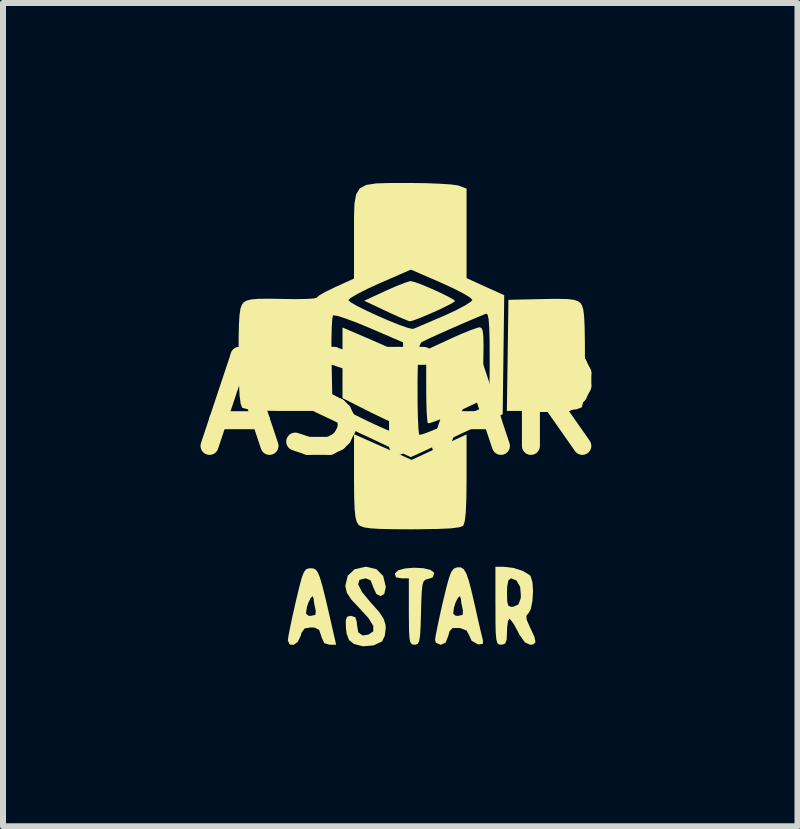
<source format=kicad_pcb>
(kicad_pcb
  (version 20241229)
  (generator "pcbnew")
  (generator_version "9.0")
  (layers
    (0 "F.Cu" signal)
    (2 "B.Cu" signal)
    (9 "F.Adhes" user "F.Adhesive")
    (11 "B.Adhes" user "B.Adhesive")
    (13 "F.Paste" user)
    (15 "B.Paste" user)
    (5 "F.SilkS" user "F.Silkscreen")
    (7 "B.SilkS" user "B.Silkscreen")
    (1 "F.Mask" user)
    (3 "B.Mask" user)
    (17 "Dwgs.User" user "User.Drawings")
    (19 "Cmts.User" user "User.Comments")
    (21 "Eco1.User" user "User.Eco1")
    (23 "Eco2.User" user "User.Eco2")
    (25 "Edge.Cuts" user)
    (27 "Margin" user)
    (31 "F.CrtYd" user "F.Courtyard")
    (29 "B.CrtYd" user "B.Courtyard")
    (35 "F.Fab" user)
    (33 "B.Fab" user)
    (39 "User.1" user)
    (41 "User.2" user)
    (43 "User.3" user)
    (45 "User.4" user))
  (footprint "ASTAR"
    (layer "F.Cu")
    (at 3.621 3.704)
    (property "Reference" "ASTAR" (at 0 0 0) (layer "F.SilkS") (effects (font (size 1.5 1.5) (thickness 0.3))))
    (attr board_only exclude_from_pos_files exclude_from_bom)
    (fp_poly (pts (xy -0.572 -1.128) (xy -0.392 -1.05) (xy -0.245 -0.985) (xy -0.154 -0.943) (xy -0.139 -0.935) (xy -0.123 -0.881) (xy -0.111 -0.755) (xy -0.102 -0.581) (xy -0.098 -0.378) (xy -0.097 -0.171) (xy -0.101 0.021) (xy -0.109 0.174) (xy -0.122 0.268) (xy -0.132 0.286) (xy -0.189 0.264) (xy -0.309 0.208) (xy -0.473 0.129) (xy -0.565 0.083) (xy -0.962 -0.118) (xy -0.962 -0.706) (xy -0.962 -1.295)) (stroke (width 0) (type solid)) (fill yes) (layer "F.SilkS"))
    (fp_poly (pts (xy 1.355 -1.286) (xy 1.375 -1.238) (xy 1.386 -1.14) (xy 1.389 -0.977) (xy 1.385 -0.734) (xy 1.384 -0.692) (xy 1.371 -0.086) (xy 0.929 0.121) (xy 0.742 0.205) (xy 0.588 0.266) (xy 0.488 0.299) (xy 0.46 0.3) (xy 0.45 0.244) (xy 0.441 0.111) (xy 0.435 -0.079) (xy 0.433 -0.307) (xy 0.433 -0.324) (xy 0.433 -0.92) (xy 0.843 -1.11) (xy 1.03 -1.193) (xy 1.189 -1.257) (xy 1.298 -1.294) (xy 1.325 -1.299)) (stroke (width 0) (type solid)) (fill yes) (layer "F.SilkS"))
    (fp_poly (pts (xy 0.249 -2.05) (xy 0.376 -2.003) (xy 0.529 -1.938) (xy 0.685 -1.867) (xy 0.816 -1.801) (xy 0.899 -1.752) (xy 0.914 -1.735) (xy 0.873 -1.705) (xy 0.769 -1.65) (xy 0.624 -1.581) (xy 0.466 -1.511) (xy 0.318 -1.45) (xy 0.206 -1.409) (xy 0.158 -1.398) (xy 0.1 -1.419) (xy -0.022 -1.471) (xy -0.185 -1.545) (xy -0.241 -1.571) (xy -0.601 -1.741) (xy -0.246 -1.905) (xy -0.072 -1.982) (xy 0.073 -2.039) (xy 0.163 -2.067) (xy 0.174 -2.069)) (stroke (width 0) (type solid)) (fill yes) (layer "F.SilkS"))
    (fp_poly (pts (xy 2.788 -1.769) (xy 2.901 -1.755) (xy 2.97 -1.73) (xy 3.002 -1.706) (xy 3.031 -1.663) (xy 3.052 -1.591) (xy 3.066 -1.477) (xy 3.074 -1.305) (xy 3.078 -1.063) (xy 3.079 -0.824) (xy 3.076 -0.483) (xy 3.067 -0.231) (xy 3.052 -0.064) (xy 3.03 0.025) (xy 3.021 0.038) (xy 2.94 0.068) (xy 2.766 0.087) (xy 2.497 0.095) (xy 2.371 0.096) (xy 1.778 0.096) (xy 1.791 -0.83) (xy 1.804 -1.756) (xy 2.364 -1.769) (xy 2.615 -1.773)) (stroke (width 0) (type solid)) (fill yes) (layer "F.SilkS"))
    (fp_poly (pts (xy -0.565 0.574) (xy -0.404 0.646) (xy -0.208 0.733) (xy -0.085 0.788) (xy 0.19 0.912) (xy 0.648 0.699) (xy 1.106 0.487) (xy 1.106 1.22) (xy 1.103 1.549) (xy 1.093 1.786) (xy 1.075 1.938) (xy 1.05 2.01) (xy 1.049 2.011) (xy 0.985 2.035) (xy 0.845 2.053) (xy 0.623 2.063) (xy 0.312 2.068) (xy 0.186 2.069) (xy -0.121 2.067) (xy -0.345 2.062) (xy -0.502 2.052) (xy -0.604 2.036) (xy -0.667 2.013) (xy -0.694 1.993) (xy -0.724 1.946) (xy -0.746 1.867) (xy -0.759 1.741) (xy -0.767 1.552) (xy -0.77 1.286) (xy -0.77 1.201) (xy -0.77 0.484)) (stroke (width 0) (type solid)) (fill yes) (layer "F.SilkS"))
    (fp_poly (pts (xy 0.383 2.717) (xy 0.504 2.745) (xy 0.566 2.792) (xy 0.567 2.798) (xy 0.542 2.87) (xy 0.472 2.895) (xy 0.424 2.906) (xy 0.391 2.935) (xy 0.371 2.998) (xy 0.359 3.113) (xy 0.351 3.296) (xy 0.347 3.452) (xy 0.34 3.687) (xy 0.331 3.842) (xy 0.316 3.933) (xy 0.292 3.978) (xy 0.256 3.992) (xy 0.239 3.993) (xy 0.198 3.987) (xy 0.171 3.957) (xy 0.155 3.888) (xy 0.147 3.763) (xy 0.145 3.567) (xy 0.144 3.44) (xy 0.144 2.886) (xy 0.021 2.886) (xy -0.071 2.869) (xy -0.088 2.807) (xy -0.087 2.802) (xy -0.034 2.752) (xy 0.083 2.721) (xy 0.232 2.709)) (stroke (width 0) (type solid)) (fill yes) (layer "F.SilkS"))
    (fp_poly (pts (xy -1.445 2.722) (xy -1.407 2.742) (xy -1.372 2.79) (xy -1.337 2.877) (xy -1.296 3.017) (xy -1.245 3.221) (xy -1.18 3.5) (xy -1.142 3.668) (xy -1.068 3.993) (xy -1.177 3.993) (xy -1.264 3.967) (xy -1.31 3.873) (xy -1.316 3.848) (xy -1.352 3.745) (xy -1.427 3.707) (xy -1.486 3.704) (xy -1.592 3.721) (xy -1.644 3.791) (xy -1.66 3.848) (xy -1.706 3.944) (xy -1.775 3.994) (xy -1.84 3.991) (xy -1.872 3.927) (xy -1.872 3.909) (xy -1.86 3.83) (xy -1.83 3.68) (xy -1.788 3.481) (xy -1.786 3.475) (xy -1.57 3.475) (xy -1.53 3.509) (xy -1.487 3.512) (xy -1.413 3.494) (xy -1.408 3.424) (xy -1.413 3.404) (xy -1.437 3.287) (xy -1.443 3.226) (xy -1.458 3.183) (xy -1.492 3.213) (xy -1.533 3.296) (xy -1.558 3.379) (xy -1.57 3.475) (xy -1.786 3.475) (xy -1.74 3.271) (xy -1.684 3.036) (xy -1.642 2.879) (xy -1.606 2.784) (xy -1.57 2.736) (xy -1.525 2.72) (xy -1.491 2.718)) (stroke (width 0) (type solid)) (fill yes) (layer "F.SilkS"))
    (fp_poly (pts (xy 1.01 2.703) (xy 1.059 2.733) (xy 1.102 2.806) (xy 1.147 2.935) (xy 1.197 3.134) (xy 1.251 3.367) (xy 1.297 3.574) (xy 1.338 3.753) (xy 1.368 3.877) (xy 1.378 3.913) (xy 1.379 3.977) (xy 1.313 3.987) (xy 1.293 3.985) (xy 1.19 3.927) (xy 1.155 3.848) (xy 1.106 3.755) (xy 1 3.716) (xy 0.979 3.714) (xy 0.872 3.715) (xy 0.822 3.768) (xy 0.801 3.846) (xy 0.757 3.958) (xy 0.678 3.993) (xy 0.675 3.993) (xy 0.594 3.96) (xy 0.581 3.909) (xy 0.593 3.83) (xy 0.623 3.68) (xy 0.666 3.481) (xy 0.667 3.475) (xy 0.884 3.475) (xy 0.923 3.509) (xy 0.967 3.512) (xy 1.041 3.494) (xy 1.046 3.424) (xy 1.041 3.404) (xy 1.017 3.287) (xy 1.011 3.226) (xy 0.996 3.183) (xy 0.961 3.213) (xy 0.92 3.296) (xy 0.895 3.379) (xy 0.884 3.475) (xy 0.667 3.475) (xy 0.713 3.271) (xy 0.771 3.033) (xy 0.815 2.873) (xy 0.853 2.776) (xy 0.893 2.725) (xy 0.939 2.705) (xy 0.95 2.703)) (stroke (width 0) (type solid)) (fill yes) (layer "F.SilkS"))
    (fp_poly (pts (xy -0.395 2.734) (xy -0.284 2.847) (xy -0.241 3.023) (xy -0.241 3.041) (xy -0.267 3.148) (xy -0.328 3.183) (xy -0.398 3.146) (xy -0.448 3.04) (xy -0.45 3.031) (xy -0.494 2.92) (xy -0.575 2.886) (xy -0.578 2.886) (xy -0.68 2.912) (xy -0.7 2.987) (xy -0.64 3.11) (xy -0.498 3.282) (xy -0.487 3.294) (xy -0.351 3.447) (xy -0.275 3.562) (xy -0.244 3.666) (xy -0.241 3.719) (xy -0.258 3.847) (xy -0.301 3.935) (xy -0.305 3.939) (xy -0.446 4.004) (xy -0.62 4.019) (xy -0.77 3.981) (xy -0.853 3.914) (xy -0.894 3.806) (xy -0.905 3.715) (xy -0.908 3.586) (xy -0.886 3.527) (xy -0.829 3.512) (xy -0.821 3.512) (xy -0.748 3.534) (xy -0.723 3.617) (xy -0.722 3.653) (xy -0.699 3.786) (xy -0.627 3.838) (xy -0.529 3.824) (xy -0.449 3.77) (xy -0.449 3.679) (xy -0.53 3.548) (xy -0.673 3.391) (xy -0.812 3.244) (xy -0.887 3.13) (xy -0.913 3.027) (xy -0.914 3.004) (xy -0.874 2.841) (xy -0.761 2.735) (xy -0.582 2.694) (xy -0.564 2.694)) (stroke (width 0) (type solid)) (fill yes) (layer "F.SilkS"))
    (fp_poly (pts (xy 1.892 2.714) (xy 2.047 2.764) (xy 2.156 2.831) (xy 2.175 2.853) (xy 2.205 2.954) (xy 2.214 3.102) (xy 2.204 3.261) (xy 2.178 3.395) (xy 2.142 3.462) (xy 2.103 3.511) (xy 2.108 3.577) (xy 2.159 3.693) (xy 2.166 3.707) (xy 2.237 3.86) (xy 2.255 3.948) (xy 2.219 3.987) (xy 2.164 3.993) (xy 2.078 3.953) (xy 1.99 3.83) (xy 1.962 3.776) (xy 1.895 3.652) (xy 1.839 3.574) (xy 1.818 3.56) (xy 1.795 3.603) (xy 1.782 3.712) (xy 1.78 3.776) (xy 1.774 3.912) (xy 1.747 3.976) (xy 1.691 3.993) (xy 1.684 3.993) (xy 1.645 3.988) (xy 1.618 3.962) (xy 1.602 3.901) (xy 1.592 3.79) (xy 1.588 3.613) (xy 1.588 3.356) (xy 1.587 3.343) (xy 1.587 3.13) (xy 1.78 3.13) (xy 1.784 3.274) (xy 1.802 3.343) (xy 1.845 3.362) (xy 1.888 3.359) (xy 1.969 3.323) (xy 2.006 3.228) (xy 2.012 3.184) (xy 1.999 3.027) (xy 1.936 2.921) (xy 1.846 2.886) (xy 1.803 2.919) (xy 1.783 3.026) (xy 1.78 3.13) (xy 1.587 3.13) (xy 1.587 2.694) (xy 1.729 2.694)) (stroke (width 0) (type solid)) (fill yes) (layer "F.SilkS"))
    (fp_poly (pts (xy 0.152 -3.704) (xy 0.413 -3.701) (xy 0.649 -3.692) (xy 0.838 -3.68) (xy 0.959 -3.664) (xy 0.983 -3.657) (xy 1.106 -3.61) (xy 1.106 -2.864) (xy 1.106 -2.118) (xy 1.42 -1.975) (xy 1.734 -1.833) (xy 1.721 -0.841) (xy 1.708 0.151) (xy 0.946 0.508) (xy 0.698 0.624) (xy 0.484 0.724) (xy 0.316 0.802) (xy 0.209 0.851) (xy 0.176 0.865) (xy 0.132 0.845) (xy 0.015 0.79) (xy -0.162 0.707) (xy -0.384 0.602) (xy -0.639 0.482) (xy -0.644 0.48) (xy -1.455 0.096) (xy -2.017 0.096) (xy -2.313 0.091) (xy -2.515 0.074) (xy -2.623 0.047) (xy -2.636 0.038) (xy -2.66 -0.025) (xy -2.678 -0.166) (xy -2.689 -0.388) (xy -2.694 -0.698) (xy -2.694 -0.824) (xy -2.694 -0.863) (xy -1.146 -0.863) (xy -1.144 -0.742) (xy -1.13 -0.024) (xy -0.625 0.225) (xy -0.418 0.324) (xy -0.237 0.405) (xy -0.102 0.459) (xy -0.036 0.478) (xy -0.004 0.471) (xy 0.018 0.441) (xy 0.033 0.373) (xy 0.042 0.253) (xy 0.047 0.067) (xy 0.048 -0.197) (xy 0.048 -0.267) (xy 0.289 -0.267) (xy 0.29 -0.011) (xy 0.295 0.21) (xy 0.303 0.378) (xy 0.312 0.476) (xy 0.317 0.493) (xy 0.369 0.485) (xy 0.489 0.441) (xy 0.662 0.369) (xy 0.87 0.275) (xy 0.9 0.261) (xy 1.11 0.163) (xy 1.287 0.081) (xy 1.413 0.025) (xy 1.471 0.000377) (xy 1.473 0) (xy 1.479 -0.045) (xy 1.485 -0.171) (xy 1.488 -0.361) (xy 1.491 -0.599) (xy 1.491 -0.775) (xy 1.49 -1.076) (xy 1.484 -1.291) (xy 1.474 -1.431) (xy 1.458 -1.506) (xy 1.436 -1.527) (xy 1.431 -1.525) (xy 1.244 -1.448) (xy 1.034 -1.358) (xy 0.821 -1.265) (xy 0.626 -1.178) (xy 0.469 -1.106) (xy 0.37 -1.057) (xy 0.349 -1.044) (xy 0.323 -0.992) (xy 0.305 -0.875) (xy 0.294 -0.684) (xy 0.289 -0.41) (xy 0.289 -0.267) (xy 0.048 -0.267) (xy 0.048 -0.283) (xy 0.048 -1.047) (xy -0.517 -1.29) (xy -0.732 -1.379) (xy -0.916 -1.447) (xy -1.05 -1.489) (xy -1.117 -1.498) (xy -1.12 -1.497) (xy -1.132 -1.438) (xy -1.141 -1.301) (xy -1.146 -1.103) (xy -1.146 -0.863) (xy -2.694 -0.863) (xy -2.693 -1.129) (xy -2.688 -1.352) (xy -2.678 -1.508) (xy -2.663 -1.61) (xy -2.64 -1.674) (xy -2.616 -1.707) (xy -2.566 -1.741) (xy -2.53 -1.751) (xy -0.865 -1.751) (xy -0.824 -1.714) (xy -0.714 -1.651) (xy -0.557 -1.573) (xy -0.372 -1.488) (xy -0.183 -1.406) (xy -0.008 -1.336) (xy 0.129 -1.288) (xy 0.209 -1.271) (xy 0.216 -1.272) (xy 0.278 -1.297) (xy 0.408 -1.352) (xy 0.584 -1.428) (xy 0.734 -1.492) (xy 0.926 -1.581) (xy 1.08 -1.662) (xy 1.178 -1.725) (xy 1.203 -1.755) (xy 1.161 -1.797) (xy 1.048 -1.865) (xy 0.881 -1.95) (xy 0.69 -2.038) (xy 0.178 -2.26) (xy -0.344 -2.032) (xy -0.547 -1.939) (xy -0.713 -1.855) (xy -0.825 -1.789) (xy -0.865 -1.751) (xy -2.53 -1.751) (xy -2.489 -1.762) (xy -2.365 -1.773) (xy -2.177 -1.775) (xy -1.966 -1.771) (xy -1.745 -1.768) (xy -1.563 -1.771) (xy -1.44 -1.779) (xy -1.395 -1.791) (xy -1.395 -1.791) (xy -1.355 -1.827) (xy -1.248 -1.888) (xy -1.097 -1.962) (xy -1.082 -1.969) (xy -0.77 -2.111) (xy -0.77 -2.833) (xy -0.77 -3.134) (xy -0.763 -3.357) (xy -0.735 -3.513) (xy -0.674 -3.614) (xy -0.567 -3.671) (xy -0.402 -3.697) (xy -0.166 -3.704)) (stroke (width 0) (type solid)) (fill yes) (layer "F.SilkS")))
  (gr_rect
    (start -3 -3)
    (end 10.243 10.723)
    (stroke (width 0.1) (type default))
    (fill no)
    (layer "Edge.Cuts")))
</source>
